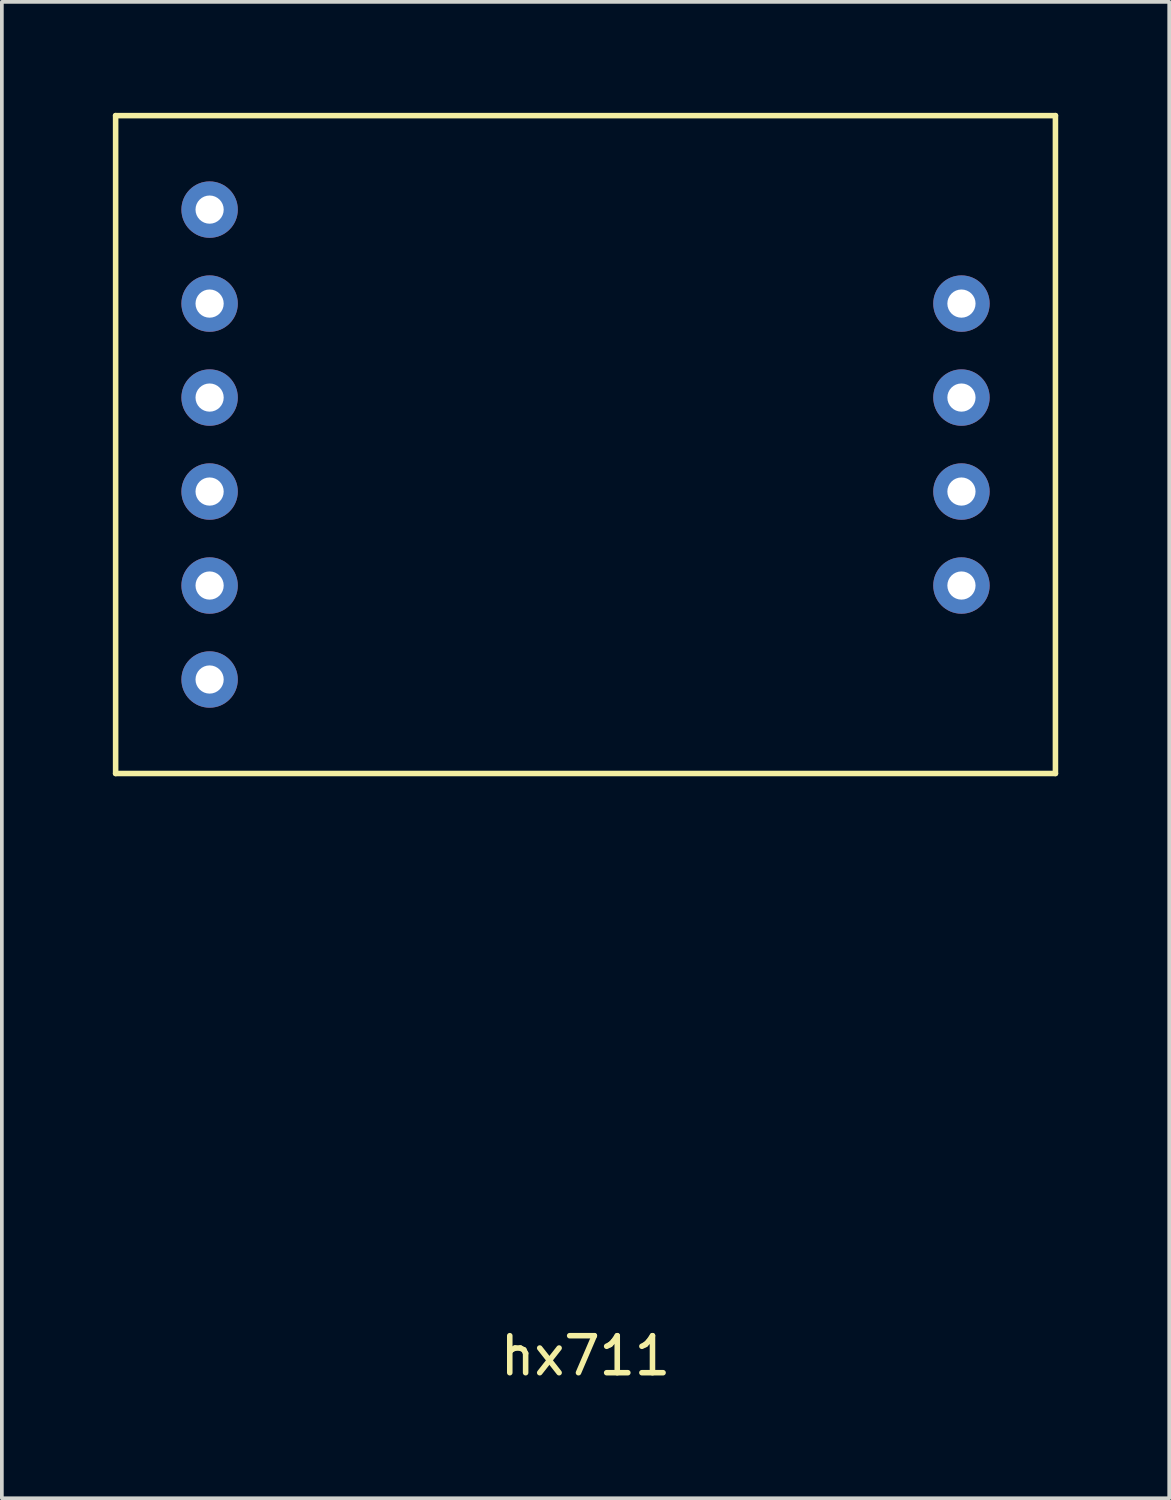
<source format=kicad_pcb>
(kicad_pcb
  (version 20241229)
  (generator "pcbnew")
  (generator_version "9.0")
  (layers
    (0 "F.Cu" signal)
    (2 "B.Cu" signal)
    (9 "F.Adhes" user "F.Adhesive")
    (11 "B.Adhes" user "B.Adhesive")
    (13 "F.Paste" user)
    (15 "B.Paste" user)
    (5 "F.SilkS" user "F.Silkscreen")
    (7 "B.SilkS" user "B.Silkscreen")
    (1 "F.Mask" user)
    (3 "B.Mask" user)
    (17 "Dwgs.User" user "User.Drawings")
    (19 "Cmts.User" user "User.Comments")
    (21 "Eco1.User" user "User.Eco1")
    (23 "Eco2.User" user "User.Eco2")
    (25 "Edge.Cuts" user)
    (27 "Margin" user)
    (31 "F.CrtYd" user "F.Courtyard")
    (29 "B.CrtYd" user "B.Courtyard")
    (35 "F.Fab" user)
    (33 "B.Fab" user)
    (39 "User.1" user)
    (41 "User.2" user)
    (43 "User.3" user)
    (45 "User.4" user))
  (footprint "hx711"
    (layer "F.Cu")
    (at 12.775 33.095)
    (property "Reference" "hx711" (at 0 0.5 0) (layer "F.SilkS") (effects (font (size 1 1) (thickness 0.15))))
    (attr through_hole)
    (fp_line (start -12.7 -33.02) (end -12.7 -15.24) (stroke (width 0.15) (type solid)) (layer "F.SilkS"))
    (fp_line (start -12.7 -15.24) (end 12.7 -15.24) (stroke (width 0.15) (type solid)) (layer "F.SilkS"))
    (fp_line (start 12.7 -33.02) (end -12.7 -33.02) (stroke (width 0.15) (type solid)) (layer "F.SilkS"))
    (fp_line (start 12.7 -15.24) (end 12.7 -33.02) (stroke (width 0.15) (type solid)) (layer "F.SilkS"))
    (pad "1" thru_hole circle (at -10.16 -30.48) (size 1.524 1.524) (drill 0.762) (layers "*.Cu" "*.Mask"))
    (pad "2" thru_hole circle (at -10.16 -27.94) (size 1.524 1.524) (drill 0.762) (layers "*.Cu" "*.Mask"))
    (pad "3" thru_hole circle (at -10.16 -25.4) (size 1.524 1.524) (drill 0.762) (layers "*.Cu" "*.Mask"))
    (pad "4" thru_hole circle (at -10.16 -22.86) (size 1.524 1.524) (drill 0.762) (layers "*.Cu" "*.Mask"))
    (pad "5" thru_hole circle (at -10.16 -20.32) (size 1.524 1.524) (drill 0.762) (layers "*.Cu" "*.Mask"))
    (pad "6" thru_hole circle (at -10.16 -17.78) (size 1.524 1.524) (drill 0.762) (layers "*.Cu" "*.Mask"))
    (pad "7" thru_hole circle (at 10.16 -20.32) (size 1.524 1.524) (drill 0.762) (layers "*.Cu" "*.Mask"))
    (pad "8" thru_hole circle (at 10.16 -22.86) (size 1.524 1.524) (drill 0.762) (layers "*.Cu" "*.Mask"))
    (pad "9" thru_hole circle (at 10.16 -25.4) (size 1.524 1.524) (drill 0.762) (layers "*.Cu" "*.Mask"))
    (pad "10" thru_hole circle (at 10.16 -27.94) (size 1.524 1.524) (drill 0.762) (layers "*.Cu" "*.Mask")))
  (gr_rect
    (start -3 -3)
    (end 28.55 37.443)
    (stroke (width 0.1) (type default))
    (fill no)
    (layer "Edge.Cuts")))
</source>
